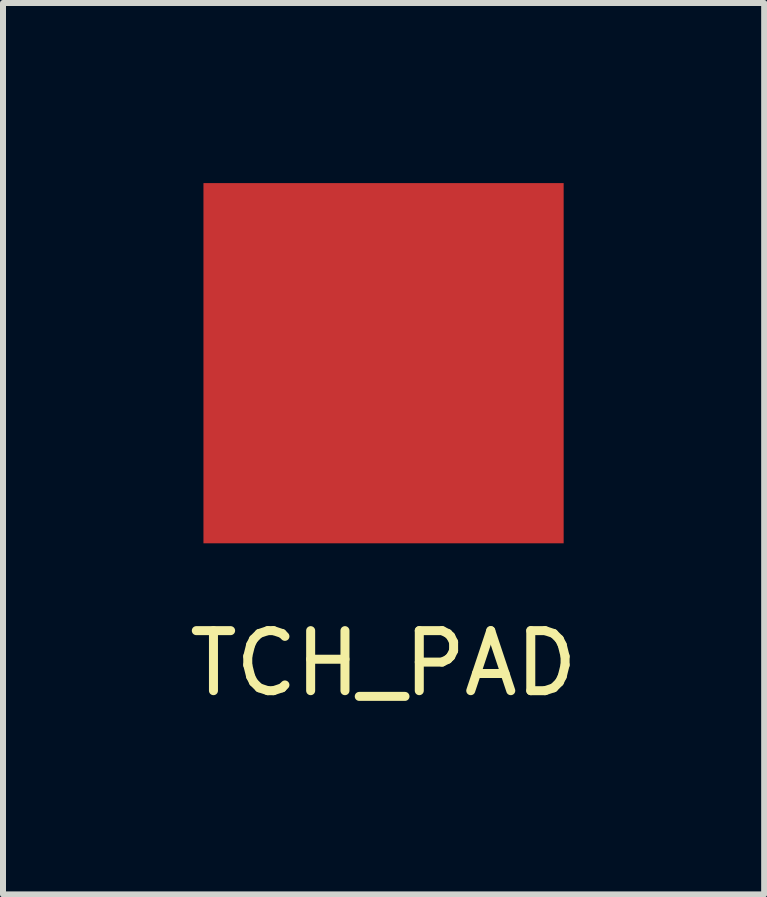
<source format=kicad_pcb>
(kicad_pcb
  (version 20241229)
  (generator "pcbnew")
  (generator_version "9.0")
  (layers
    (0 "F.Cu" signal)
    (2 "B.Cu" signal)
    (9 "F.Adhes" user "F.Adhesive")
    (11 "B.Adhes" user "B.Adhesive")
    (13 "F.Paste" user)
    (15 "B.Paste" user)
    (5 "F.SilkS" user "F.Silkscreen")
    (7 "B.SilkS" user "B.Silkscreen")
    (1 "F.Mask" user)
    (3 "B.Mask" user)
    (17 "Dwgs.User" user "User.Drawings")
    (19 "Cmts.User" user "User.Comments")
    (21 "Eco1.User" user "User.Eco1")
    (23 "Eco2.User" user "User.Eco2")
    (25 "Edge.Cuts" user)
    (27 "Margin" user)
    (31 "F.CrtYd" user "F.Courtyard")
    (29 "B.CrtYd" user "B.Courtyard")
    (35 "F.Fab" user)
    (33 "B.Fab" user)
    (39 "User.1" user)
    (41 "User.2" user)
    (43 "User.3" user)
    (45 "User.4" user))
  (footprint "TCH_PAD"
    (layer "F.Cu")
    (at 3.339 3)
    (property "Reference" "TCH_PAD" (at 0 5 0) (layer "F.SilkS") (effects (font (size 1 1) (thickness 0.15))))
    (attr through_hole)
    (pad "1" smd rect (at 0 0) (size 6 6) (layers "F.Cu" "F.Mask" "F.Paste")))
  (gr_rect
    (start -3 -3)
    (end 9.679 11.848)
    (stroke (width 0.1) (type default))
    (fill no)
    (layer "Edge.Cuts")))
</source>
